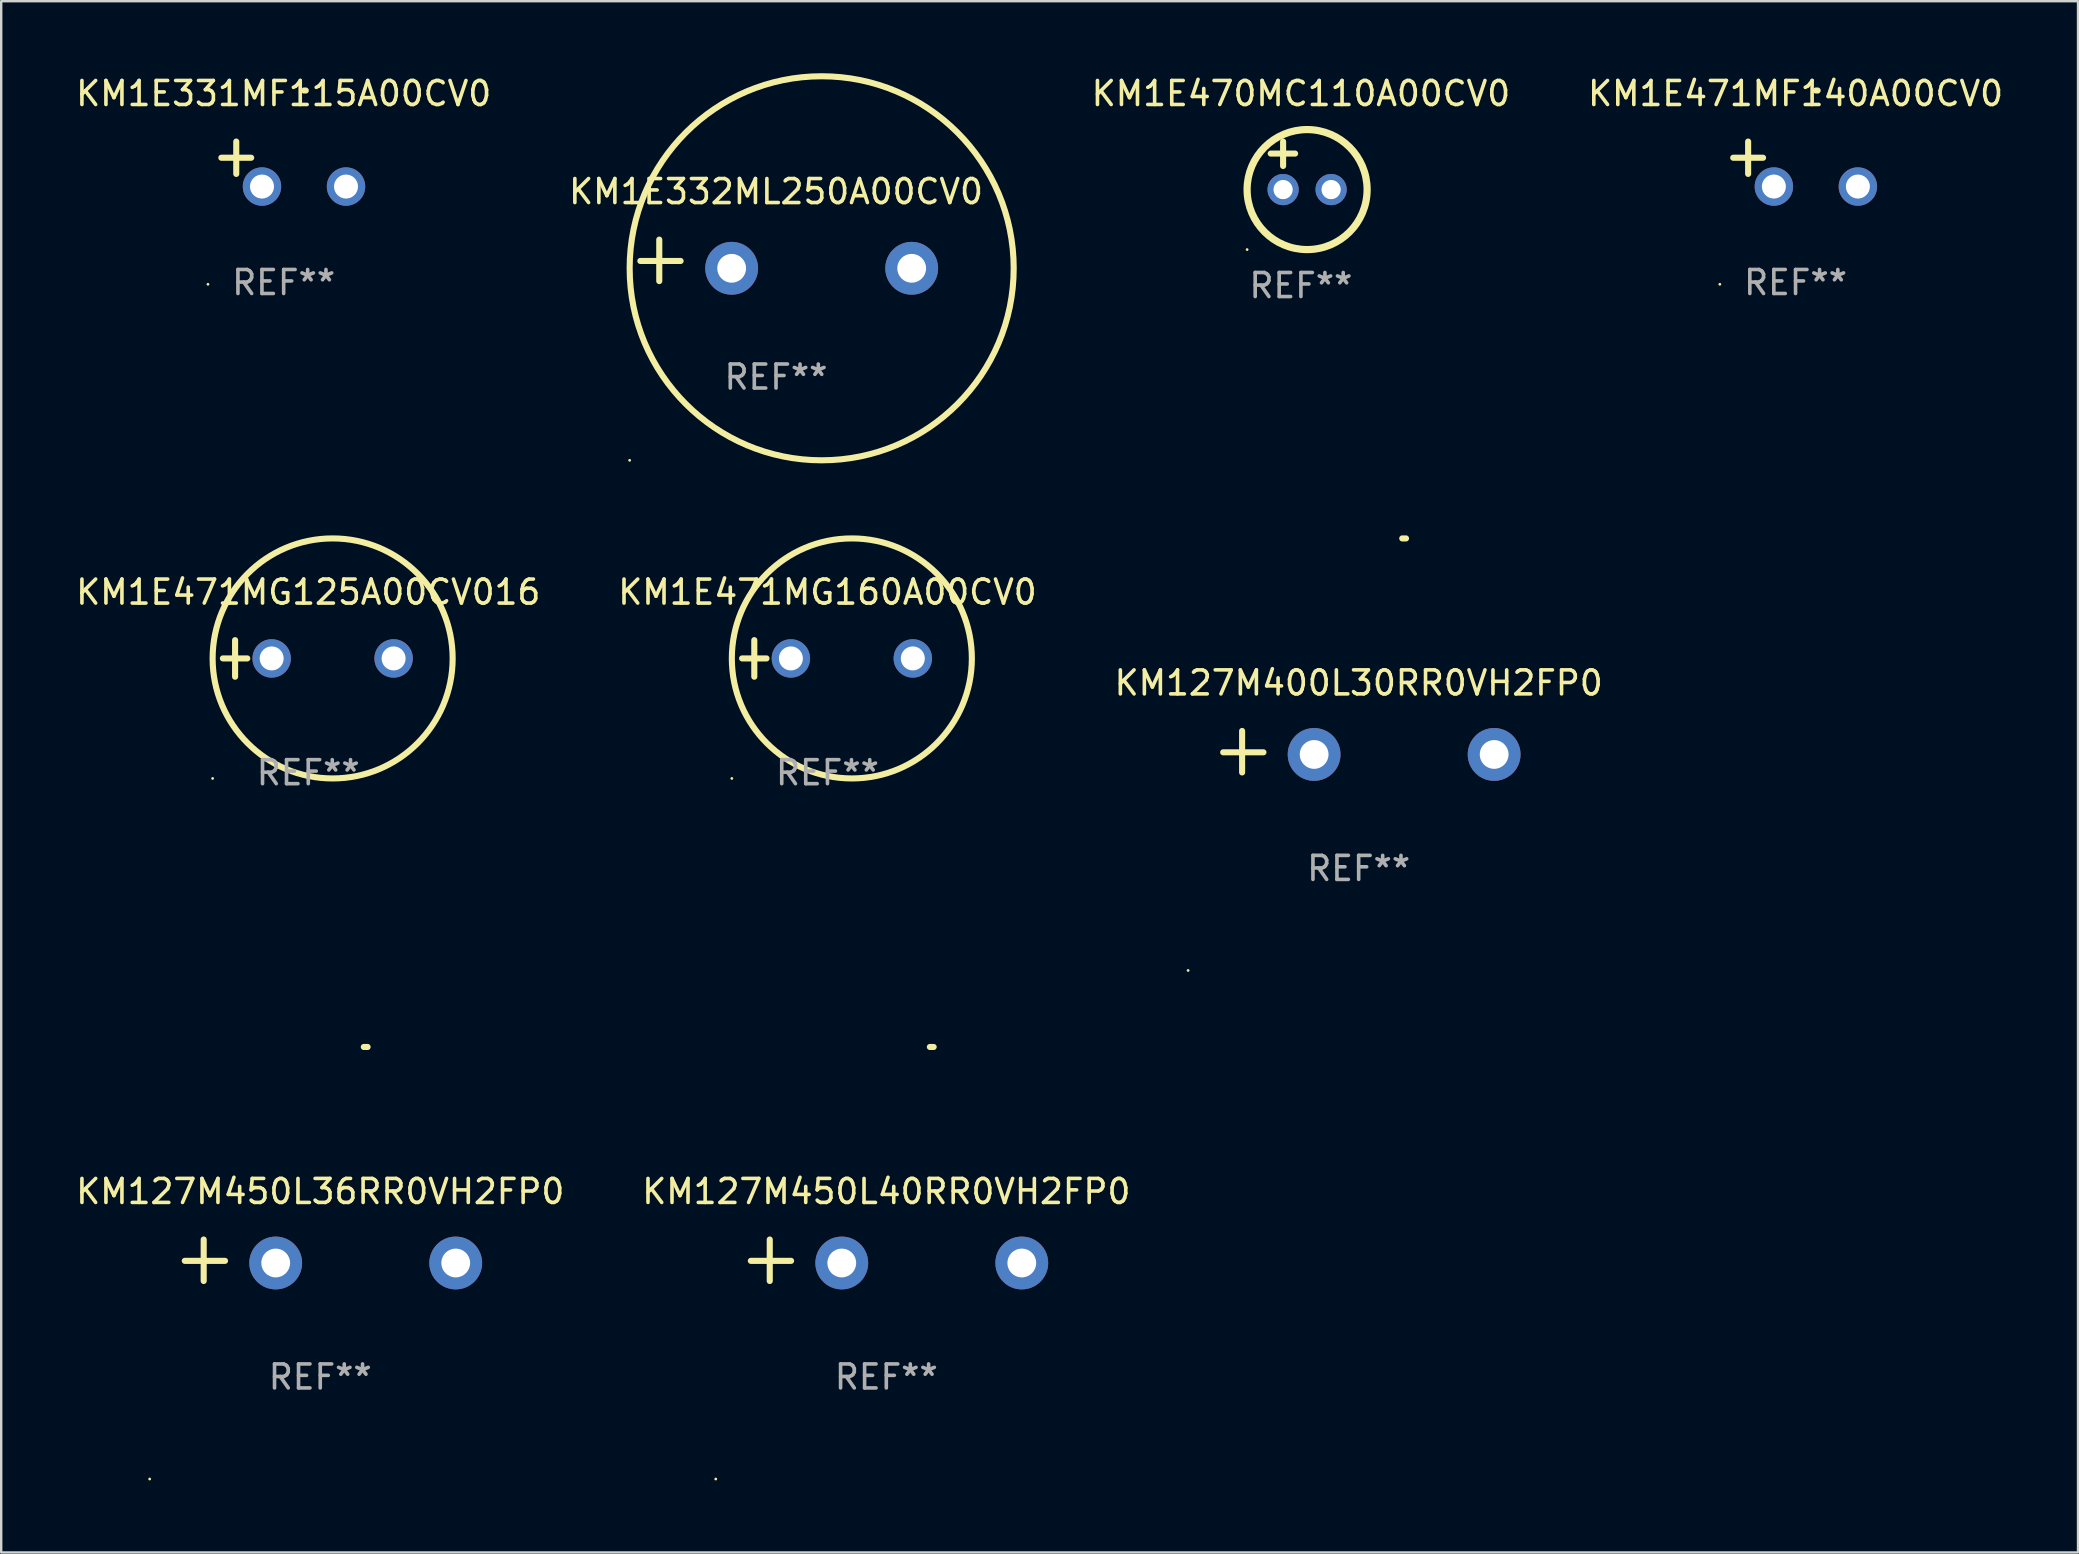
<source format=kicad_pcb>
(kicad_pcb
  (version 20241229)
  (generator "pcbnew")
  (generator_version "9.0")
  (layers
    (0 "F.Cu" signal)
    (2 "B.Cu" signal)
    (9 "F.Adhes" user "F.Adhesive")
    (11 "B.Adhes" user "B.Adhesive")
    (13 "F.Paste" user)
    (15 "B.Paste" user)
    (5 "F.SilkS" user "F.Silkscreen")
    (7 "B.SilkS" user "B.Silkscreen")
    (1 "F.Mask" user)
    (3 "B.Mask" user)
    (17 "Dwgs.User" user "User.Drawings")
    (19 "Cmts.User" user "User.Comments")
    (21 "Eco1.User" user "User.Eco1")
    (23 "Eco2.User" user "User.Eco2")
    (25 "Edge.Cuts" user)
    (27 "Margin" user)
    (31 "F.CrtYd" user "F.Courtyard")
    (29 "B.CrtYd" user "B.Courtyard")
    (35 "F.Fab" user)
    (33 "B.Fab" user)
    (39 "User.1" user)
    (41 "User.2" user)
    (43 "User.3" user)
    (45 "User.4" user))
  (footprint "KM1E332ML250A00CV0"
    (layer "F.Cu")
    (at 29.28 7.797)
    (property "Reference" "KM1E332ML250A00CV0" (at 0 -2.864 0) (layer "F.SilkS") (effects (font (size 1 1) (thickness 0.15))))
    (attr through_hole)
    (fp_line (start -4.864 0.864) (end -4.864 -0.864) (stroke (width 0.254) (type solid)) (layer "F.SilkS"))
    (fp_line (start -3.975 0.025) (end -5.652 0.025) (stroke (width 0.254) (type solid)) (layer "F.SilkS"))
    (fp_circle (center -6.098 8.33) (end -6.068 8.33) (stroke (width 0.06) (type solid)) (fill no) (layer "F.SilkS"))
    (fp_circle (center 1.902 0.33) (end 9.902 0.33) (stroke (width 0.254) (type solid)) (fill no) (layer "F.SilkS"))
    (fp_text user "REF**" (at 0 4.864 0) (layer "F.Fab") (effects (font (size 1 1) (thickness 0.15))))
    (pad "1" thru_hole circle (at -1.848 0.33) (size 2.2 2.2) (drill 1.2) (layers "*.Cu" "*.Mask"))
    (pad "2" thru_hole circle (at 5.652 0.33) (size 2.2 2.2) (drill 1.2) (layers "*.Cu" "*.Mask")))
  (footprint "KM127M400L30RR0VH2FP0"
    (layer "F.Cu")
    (at 53.554 28.267)
    (property "Reference" "KM127M400L30RR0VH2FP0" (at 0 -2.864 0) (layer "F.SilkS") (effects (font (size 1 1) (thickness 0.15))))
    (attr through_hole)
    (fp_line (start -4.856 0.864) (end -4.856 -0.864) (stroke (width 0.254) (type solid)) (layer "F.SilkS"))
    (fp_line (start -3.967 0.025) (end -5.644 0.025) (stroke (width 0.254) (type solid)) (layer "F.SilkS"))
    (fp_arc (start 1.815024 -8.885649) (mid 1.893764 -8.88599) (end 1.972504 -8.885649) (stroke (width 0.254001) (type solid)) (layer "F.SilkS"))
    (fp_circle (center -7.106 9.114) (end -7.076 9.114) (stroke (width 0.06) (type solid)) (fill no) (layer "F.SilkS"))
    (fp_text user "REF**" (at 0 4.864 0) (layer "F.Fab") (effects (font (size 1 1) (thickness 0.15))))
    (pad "1" thru_hole circle (at -1.856 0.114) (size 2.2 2.2) (drill 1.2) (layers "*.Cu" "*.Mask"))
    (pad "2" thru_hole circle (at 5.644 0.114) (size 2.2 2.2) (drill 1.2) (layers "*.Cu" "*.Mask")))
  (footprint "KM1E471MG160A00CV0"
    (layer "F.Cu")
    (at 31.423 24.381)
    (property "Reference" "KM1E471MG160A00CV0" (at 0 -2.762 0) (layer "F.SilkS") (effects (font (size 1 1) (thickness 0.15))))
    (attr through_hole)
    (fp_line (start -3.556 0) (end -2.54 0) (stroke (width 0.254) (type solid)) (layer "F.SilkS"))
    (fp_line (start -3.048 -0.762) (end -3.048 0.762) (stroke (width 0.254) (type solid)) (layer "F.SilkS"))
    (fp_circle (center -3.984 5) (end -3.954 5) (stroke (width 0.06) (type solid)) (fill no) (layer "F.SilkS"))
    (fp_circle (center 1.016 0) (end 6.016 0) (stroke (width 0.254) (type solid)) (fill no) (layer "F.SilkS"))
    (fp_text user "REF**" (at 0 4.762 0) (layer "F.Fab") (effects (font (size 1 1) (thickness 0.15))))
    (pad "1" thru_hole circle (at -1.524 0) (size 1.6 1.6) (drill 1) (layers "*.Cu" "*.Mask"))
    (pad "2" thru_hole circle (at 3.556 0) (size 1.6 1.6) (drill 1) (layers "*.Cu" "*.Mask")))
  (footprint "KM127M450L36RR0VH2FP0"
    (layer "F.Cu")
    (at 10.292 49.454)
    (property "Reference" "KM127M450L36RR0VH2FP0" (at 0 -2.864 0) (layer "F.SilkS") (effects (font (size 1 1) (thickness 0.15))))
    (attr through_hole)
    (fp_line (start -4.856 0.864) (end -4.856 -0.864) (stroke (width 0.254) (type solid)) (layer "F.SilkS"))
    (fp_line (start -3.967 0.025) (end -5.644 0.025) (stroke (width 0.254) (type solid)) (layer "F.SilkS"))
    (fp_arc (start 1.815024 -8.885649) (mid 1.893764 -8.88599) (end 1.972504 -8.885649) (stroke (width 0.254001) (type solid)) (layer "F.SilkS"))
    (fp_circle (center -7.106 9.114) (end -7.076 9.114) (stroke (width 0.06) (type solid)) (fill no) (layer "F.SilkS"))
    (fp_text user "REF**" (at 0 4.864 0) (layer "F.Fab") (effects (font (size 1 1) (thickness 0.15))))
    (pad "1" thru_hole circle (at -1.856 0.114) (size 2.2 2.2) (drill 1.2) (layers "*.Cu" "*.Mask"))
    (pad "2" thru_hole circle (at 5.644 0.114) (size 2.2 2.2) (drill 1.2) (layers "*.Cu" "*.Mask")))
  (footprint "KM1E470MC110A00CV0"
    (layer "F.Cu")
    (at 51.148 3.848)
    (property "Reference" "KM1E470MC110A00CV0" (at 0 -3 0) (layer "F.SilkS") (effects (font (size 1 1) (thickness 0.15))))
    (attr through_hole)
    (fp_line (start -1.258 -0.5) (end -0.242 -0.5) (stroke (width 0.254) (type solid)) (layer "F.SilkS"))
    (fp_line (start -0.742 -1) (end -0.742 0.016) (stroke (width 0.254) (type solid)) (layer "F.SilkS"))
    (fp_circle (center -2.242 3.5) (end -2.212 3.5) (stroke (width 0.06) (type solid)) (fill no) (layer "F.SilkS"))
    (fp_circle (center 0.258 1) (end 2.758 1) (stroke (width 0.3) (type solid)) (fill no) (layer "F.SilkS"))
    (fp_text user "REF**" (at 0 5 0) (layer "F.Fab") (effects (font (size 1 1) (thickness 0.15))))
    (pad "1" thru_hole circle (at -0.742 1) (size 1.3 1.3) (drill 0.8) (layers "*.Cu" "*.Mask"))
    (pad "2" thru_hole circle (at 1.258 1) (size 1.3 1.3) (drill 0.8) (layers "*.Cu" "*.Mask")))
  (footprint "KM127M450L40RR0VH2FP0"
    (layer "F.Cu")
    (at 33.875 49.454)
    (property "Reference" "KM127M450L40RR0VH2FP0" (at 0 -2.864 0) (layer "F.SilkS") (effects (font (size 1 1) (thickness 0.15))))
    (attr through_hole)
    (fp_line (start -4.856 0.864) (end -4.856 -0.864) (stroke (width 0.254) (type solid)) (layer "F.SilkS"))
    (fp_line (start -3.967 0.025) (end -5.644 0.025) (stroke (width 0.254) (type solid)) (layer "F.SilkS"))
    (fp_arc (start 1.815024 -8.885649) (mid 1.893764 -8.88599) (end 1.972504 -8.885649) (stroke (width 0.254001) (type solid)) (layer "F.SilkS"))
    (fp_circle (center -7.106 9.114) (end -7.076 9.114) (stroke (width 0.06) (type solid)) (fill no) (layer "F.SilkS"))
    (fp_text user "REF**" (at 0 4.864 0) (layer "F.Fab") (effects (font (size 1 1) (thickness 0.15))))
    (pad "1" thru_hole circle (at -1.856 0.114) (size 2.2 2.2) (drill 1.2) (layers "*.Cu" "*.Mask"))
    (pad "2" thru_hole circle (at 5.644 0.114) (size 2.2 2.2) (drill 1.2) (layers "*.Cu" "*.Mask")))
  (footprint "KM1E471MG125A00CV016"
    (layer "F.Cu")
    (at 9.792 24.381)
    (property "Reference" "KM1E471MG125A00CV016" (at 0 -2.762 0) (layer "F.SilkS") (effects (font (size 1 1) (thickness 0.15))))
    (attr through_hole)
    (fp_line (start -3.556 0) (end -2.54 0) (stroke (width 0.254) (type solid)) (layer "F.SilkS"))
    (fp_line (start -3.048 -0.762) (end -3.048 0.762) (stroke (width 0.254) (type solid)) (layer "F.SilkS"))
    (fp_circle (center -3.984 5) (end -3.954 5) (stroke (width 0.06) (type solid)) (fill no) (layer "F.SilkS"))
    (fp_circle (center 1.016 0) (end 6.016 0) (stroke (width 0.254) (type solid)) (fill no) (layer "F.SilkS"))
    (fp_text user "REF**" (at 0 4.762 0) (layer "F.Fab") (effects (font (size 1 1) (thickness 0.15))))
    (pad "1" thru_hole circle (at -1.524 0) (size 1.6 1.6) (drill 1) (layers "*.Cu" "*.Mask"))
    (pad "2" thru_hole circle (at 3.556 0) (size 1.6 1.6) (drill 1) (layers "*.Cu" "*.Mask")))
  (footprint "KM1E331MF115A00CV0"
    (layer "F.Cu")
    (at 8.768 3.785)
    (property "Reference" "KM1E331MF115A00CV0" (at 0 -2.937 0) (layer "F.SilkS") (effects (font (size 1 1) (thickness 0.15))))
    (attr through_hole)
    (fp_line (start -1.975 0.41) (end -1.975 -0.937) (stroke (width 0.254) (type solid)) (layer "F.SilkS"))
    (fp_line (start -1.353 -0.263) (end -2.597 -0.263) (stroke (width 0.254) (type solid)) (layer "F.SilkS"))
    (fp_arc (start 0.849809 -3.063957) (mid 0.885369 -3.064114) (end 0.920929 -3.063957) (stroke (width 0.254001) (type solid)) (layer "F.SilkS"))
    (fp_circle (center -3.154 5.008) (end -3.124 5.008) (stroke (width 0.06) (type solid)) (fill no) (layer "F.SilkS"))
    (fp_text user "REF**" (at 0 4.937 0) (layer "F.Fab") (effects (font (size 1 1) (thickness 0.15))))
    (pad "1" thru_hole circle (at -0.903 0.937) (size 1.6 1.6) (drill 1) (layers "*.Cu" "*.Mask"))
    (pad "2" thru_hole circle (at 2.597 0.937) (size 1.6 1.6) (drill 1) (layers "*.Cu" "*.Mask")))
  (footprint "KM1E471MF140A00CV0"
    (layer "F.Cu")
    (at 71.755 3.785)
    (property "Reference" "KM1E471MF140A00CV0" (at 0 -2.937 0) (layer "F.SilkS") (effects (font (size 1 1) (thickness 0.15))))
    (attr through_hole)
    (fp_line (start -1.975 0.41) (end -1.975 -0.937) (stroke (width 0.254) (type solid)) (layer "F.SilkS"))
    (fp_line (start -1.353 -0.263) (end -2.597 -0.263) (stroke (width 0.254) (type solid)) (layer "F.SilkS"))
    (fp_arc (start 0.849809 -3.063957) (mid 0.885369 -3.064114) (end 0.920929 -3.063957) (stroke (width 0.254001) (type solid)) (layer "F.SilkS"))
    (fp_circle (center -3.154 5.008) (end -3.124 5.008) (stroke (width 0.06) (type solid)) (fill no) (layer "F.SilkS"))
    (fp_text user "REF**" (at 0 4.937 0) (layer "F.Fab") (effects (font (size 1 1) (thickness 0.15))))
    (pad "1" thru_hole circle (at -0.903 0.937) (size 1.6 1.6) (drill 1) (layers "*.Cu" "*.Mask"))
    (pad "2" thru_hole circle (at 2.597 0.937) (size 1.6 1.6) (drill 1) (layers "*.Cu" "*.Mask")))
  (gr_rect
    (start -3 -3)
    (end 83.523 61.627)
    (stroke (width 0.1) (type default))
    (fill no)
    (layer "Edge.Cuts")))
</source>
